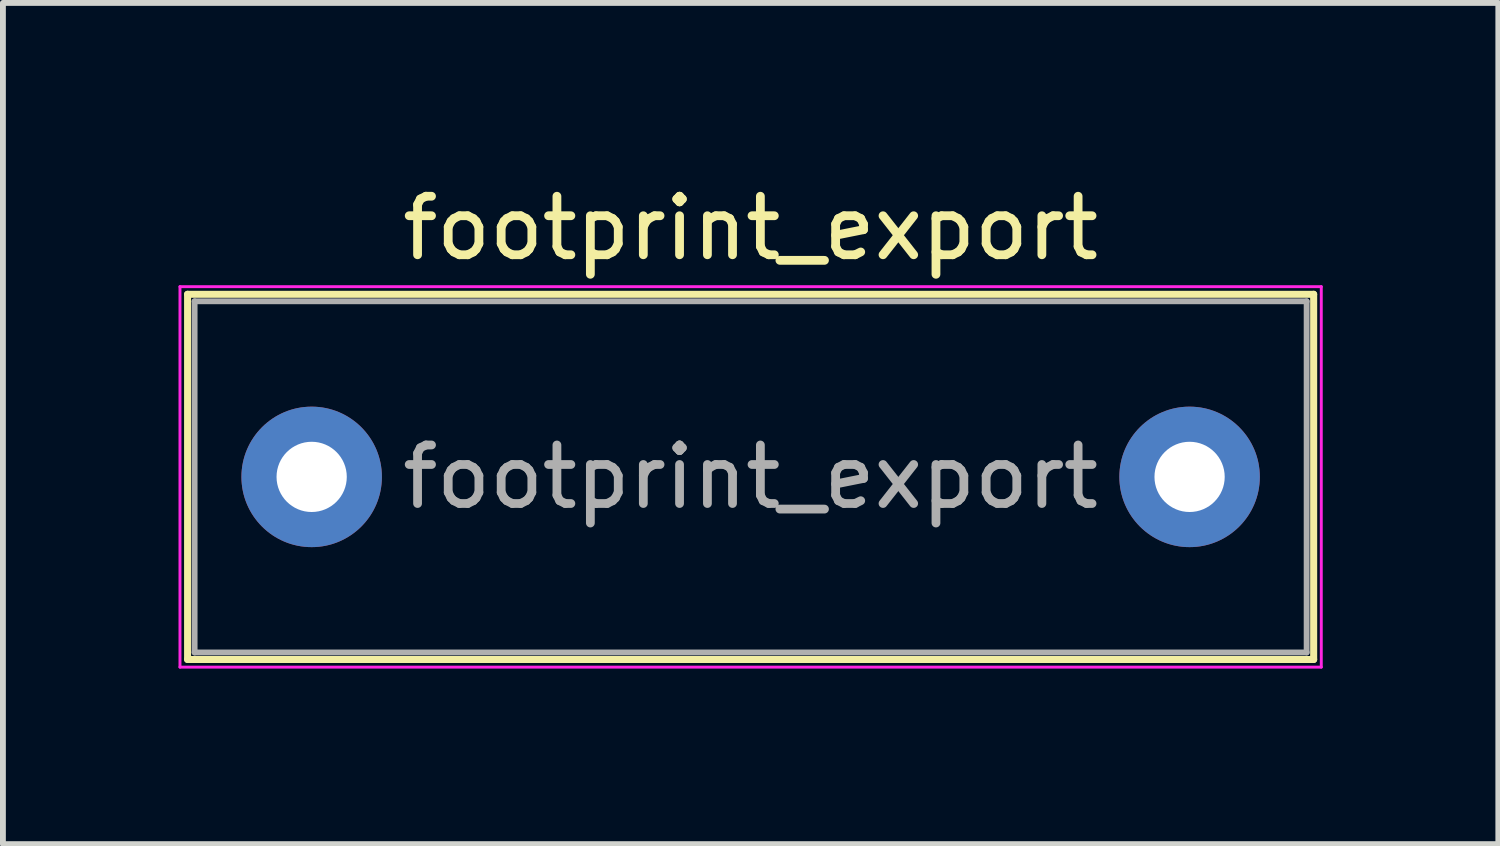
<source format=kicad_pcb>
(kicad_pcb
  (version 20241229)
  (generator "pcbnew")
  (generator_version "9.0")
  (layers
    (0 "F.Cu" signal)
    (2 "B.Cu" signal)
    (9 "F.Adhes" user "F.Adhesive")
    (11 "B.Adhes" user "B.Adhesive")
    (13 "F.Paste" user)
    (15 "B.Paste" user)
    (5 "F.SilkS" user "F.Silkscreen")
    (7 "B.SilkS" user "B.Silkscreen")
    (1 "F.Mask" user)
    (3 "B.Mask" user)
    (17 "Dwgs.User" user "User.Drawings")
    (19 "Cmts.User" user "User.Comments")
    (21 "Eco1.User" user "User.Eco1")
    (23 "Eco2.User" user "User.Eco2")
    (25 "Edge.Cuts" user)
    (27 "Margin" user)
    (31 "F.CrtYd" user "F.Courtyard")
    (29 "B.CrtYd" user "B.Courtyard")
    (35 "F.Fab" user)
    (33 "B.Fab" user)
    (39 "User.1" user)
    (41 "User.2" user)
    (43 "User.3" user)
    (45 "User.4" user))
  (footprint "footprint_export"
    (layer "F.Cu")
    (at 2.275 5.098)
    (property "Reference" "footprint_export" (at 7.5 -4.25 0) (layer "F.SilkS") (effects (font (size 1 1) (thickness 0.15))))
    (attr through_hole)
    (fp_line (start -2.12 -3.12) (end -2.12 3.12) (stroke (width 0.12) (type solid)) (layer "F.SilkS"))
    (fp_line (start -2.12 -3.12) (end 17.12 -3.12) (stroke (width 0.12) (type solid)) (layer "F.SilkS"))
    (fp_line (start -2.12 3.12) (end 17.12 3.12) (stroke (width 0.12) (type solid)) (layer "F.SilkS"))
    (fp_line (start 17.12 -3.12) (end 17.12 3.12) (stroke (width 0.12) (type solid)) (layer "F.SilkS"))
    (fp_line (start -2.25 -3.25) (end -2.25 3.25) (stroke (width 0.05) (type solid)) (layer "F.CrtYd"))
    (fp_line (start -2.25 3.25) (end 17.25 3.25) (stroke (width 0.05) (type solid)) (layer "F.CrtYd"))
    (fp_line (start 17.25 -3.25) (end -2.25 -3.25) (stroke (width 0.05) (type solid)) (layer "F.CrtYd"))
    (fp_line (start 17.25 3.25) (end 17.25 -3.25) (stroke (width 0.05) (type solid)) (layer "F.CrtYd"))
    (fp_line (start -2 -3) (end -2 3) (stroke (width 0.1) (type solid)) (layer "F.Fab"))
    (fp_line (start -2 3) (end 17 3) (stroke (width 0.1) (type solid)) (layer "F.Fab"))
    (fp_line (start 17 -3) (end -2 -3) (stroke (width 0.1) (type solid)) (layer "F.Fab"))
    (fp_line (start 17 3) (end 17 -3) (stroke (width 0.1) (type solid)) (layer "F.Fab"))
    (fp_text user "${REFERENCE}" (at 7.5 0 0) (layer "F.Fab") (effects (font (size 1 1) (thickness 0.15))))
    (pad "1" thru_hole circle (at 0 0) (size 2.4 2.4) (drill 1.2) (layers "*.Cu" "*.Mask"))
    (pad "2" thru_hole circle (at 15 0) (size 2.4 2.4) (drill 1.2) (layers "*.Cu" "*.Mask")))
  (gr_rect
    (start -3 -3)
    (end 22.55 11.373)
    (stroke (width 0.1) (type default))
    (fill no)
    (layer "Edge.Cuts")))
</source>
